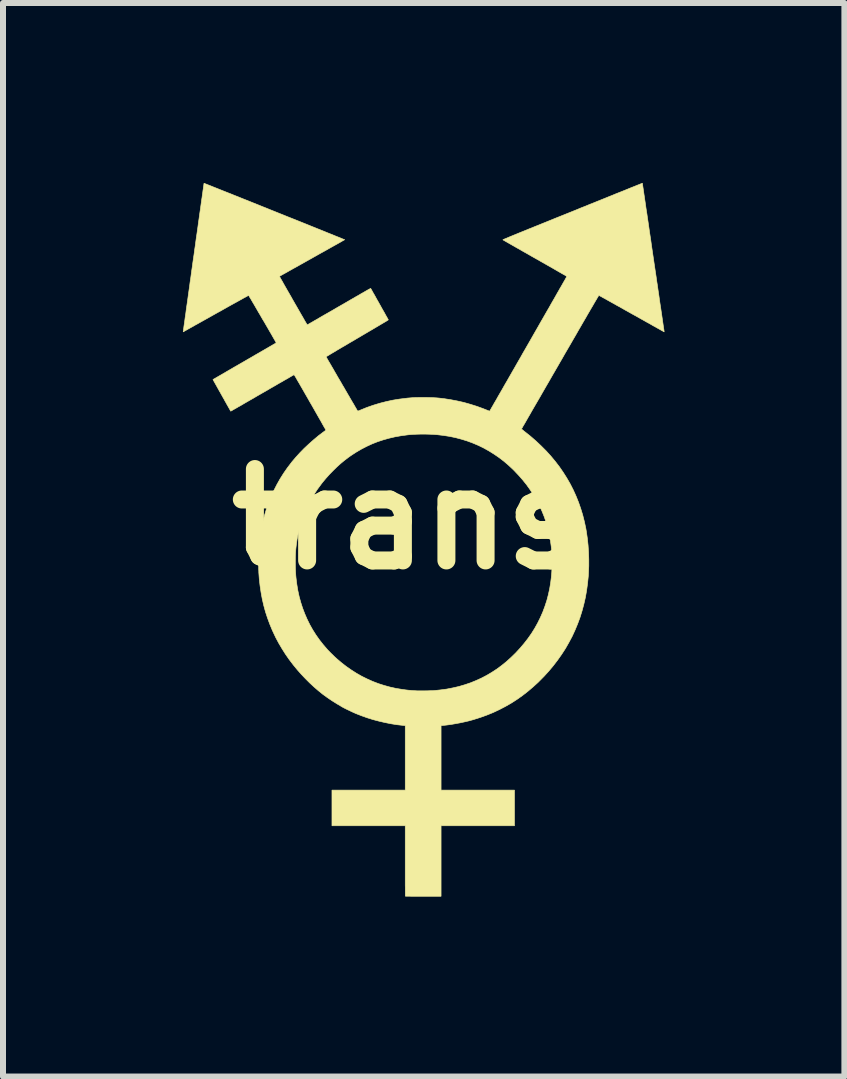
<source format=kicad_pcb>
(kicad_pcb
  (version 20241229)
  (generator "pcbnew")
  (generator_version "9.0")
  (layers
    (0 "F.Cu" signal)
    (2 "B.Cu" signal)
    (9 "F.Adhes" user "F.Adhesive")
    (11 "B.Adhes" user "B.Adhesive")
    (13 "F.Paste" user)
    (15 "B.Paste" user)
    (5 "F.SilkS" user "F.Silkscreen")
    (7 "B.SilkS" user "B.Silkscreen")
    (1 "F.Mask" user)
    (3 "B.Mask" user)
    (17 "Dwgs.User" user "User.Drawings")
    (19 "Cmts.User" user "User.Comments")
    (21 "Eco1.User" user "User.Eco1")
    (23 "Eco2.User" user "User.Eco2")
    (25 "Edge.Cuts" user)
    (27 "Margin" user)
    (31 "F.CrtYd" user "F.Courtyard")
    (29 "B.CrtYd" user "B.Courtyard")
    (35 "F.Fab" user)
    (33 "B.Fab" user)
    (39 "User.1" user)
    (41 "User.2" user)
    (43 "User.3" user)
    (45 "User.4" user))
  (footprint "trans"
    (layer "F.Cu")
    (at 3.74 5.605)
    (property "Reference" "trans" (at 0 0 0) (layer "F.SilkS") (effects (font (size 1.524 1.524) (thickness 0.3))))
    (attr through_hole)
    (fp_poly (pts (xy 3.921 -5.598) (xy 3.922 -5.59) (xy 3.924 -5.578) (xy 3.926 -5.562) (xy 3.929 -5.541) (xy 3.933 -5.516) (xy 3.937 -5.488) (xy 3.942 -5.455) (xy 3.947 -5.419) (xy 3.953 -5.38) (xy 3.959 -5.337) (xy 3.966 -5.291) (xy 3.973 -5.243) (xy 3.98 -5.192) (xy 3.988 -5.139) (xy 3.997 -5.083) (xy 4.005 -5.025) (xy 4.014 -4.966) (xy 4.023 -4.905) (xy 4.032 -4.842) (xy 4.041 -4.778) (xy 4.051 -4.713) (xy 4.061 -4.647) (xy 4.07 -4.58) (xy 4.08 -4.512) (xy 4.09 -4.444) (xy 4.1 -4.376) (xy 4.11 -4.308) (xy 4.12 -4.24) (xy 4.13 -4.173) (xy 4.14 -4.106) (xy 4.15 -4.04) (xy 4.159 -3.974) (xy 4.169 -3.91) (xy 4.178 -3.847) (xy 4.187 -3.786) (xy 4.196 -3.726) (xy 4.204 -3.668) (xy 4.212 -3.612) (xy 4.22 -3.559) (xy 4.228 -3.507) (xy 4.235 -3.459) (xy 4.242 -3.413) (xy 4.248 -3.37) (xy 4.254 -3.33) (xy 4.259 -3.293) (xy 4.264 -3.26) (xy 4.268 -3.231) (xy 4.272 -3.206) (xy 4.275 -3.184) (xy 4.278 -3.167) (xy 4.279 -3.16) (xy 4.284 -3.122) (xy 4.268 -3.13) (xy 4.265 -3.132) (xy 4.257 -3.137) (xy 4.245 -3.143) (xy 4.229 -3.152) (xy 4.21 -3.163) (xy 4.187 -3.176) (xy 4.161 -3.19) (xy 4.132 -3.207) (xy 4.1 -3.224) (xy 4.066 -3.244) (xy 4.029 -3.265) (xy 3.99 -3.286) (xy 3.948 -3.31) (xy 3.905 -3.334) (xy 3.861 -3.359) (xy 3.815 -3.385) (xy 3.767 -3.411) (xy 3.726 -3.434) (xy 3.678 -3.461) (xy 3.631 -3.487) (xy 3.586 -3.513) (xy 3.542 -3.538) (xy 3.499 -3.561) (xy 3.459 -3.584) (xy 3.421 -3.605) (xy 3.385 -3.625) (xy 3.351 -3.644) (xy 3.321 -3.661) (xy 3.293 -3.677) (xy 3.268 -3.69) (xy 3.247 -3.702) (xy 3.229 -3.712) (xy 3.214 -3.72) (xy 3.204 -3.726) (xy 3.198 -3.729) (xy 3.195 -3.73) (xy 3.194 -3.729) (xy 3.192 -3.725) (xy 3.188 -3.719) (xy 3.182 -3.71) (xy 3.175 -3.698) (xy 3.166 -3.683) (xy 3.156 -3.665) (xy 3.143 -3.644) (xy 3.129 -3.62) (xy 3.113 -3.593) (xy 3.096 -3.563) (xy 3.076 -3.529) (xy 3.054 -3.492) (xy 3.031 -3.452) (xy 3.005 -3.408) (xy 2.978 -3.36) (xy 2.948 -3.309) (xy 2.916 -3.254) (xy 2.882 -3.195) (xy 2.846 -3.133) (xy 2.808 -3.066) (xy 2.767 -2.996) (xy 2.724 -2.921) (xy 2.678 -2.842) (xy 2.63 -2.76) (xy 2.58 -2.672) (xy 2.549 -2.619) (xy 2.509 -2.549) (xy 2.469 -2.48) (xy 2.43 -2.413) (xy 2.392 -2.347) (xy 2.355 -2.282) (xy 2.318 -2.219) (xy 2.283 -2.158) (xy 2.249 -2.099) (xy 2.216 -2.041) (xy 2.184 -1.986) (xy 2.153 -1.933) (xy 2.124 -1.883) (xy 2.096 -1.835) (xy 2.07 -1.79) (xy 2.046 -1.747) (xy 2.023 -1.708) (xy 2.002 -1.671) (xy 1.983 -1.638) (xy 1.966 -1.608) (xy 1.951 -1.582) (xy 1.937 -1.559) (xy 1.926 -1.54) (xy 1.918 -1.524) (xy 1.911 -1.513) (xy 1.907 -1.506) (xy 1.906 -1.503) (xy 1.906 -1.503) (xy 1.907 -1.501) (xy 1.913 -1.496) (xy 1.921 -1.488) (xy 1.932 -1.48) (xy 1.944 -1.469) (xy 1.956 -1.46) (xy 2.053 -1.383) (xy 2.145 -1.303) (xy 2.232 -1.221) (xy 2.315 -1.138) (xy 2.394 -1.051) (xy 2.467 -0.963) (xy 2.537 -0.872) (xy 2.601 -0.779) (xy 2.661 -0.684) (xy 2.717 -0.587) (xy 2.768 -0.487) (xy 2.814 -0.385) (xy 2.856 -0.281) (xy 2.893 -0.175) (xy 2.926 -0.067) (xy 2.954 0.044) (xy 2.978 0.157) (xy 2.987 0.21) (xy 3.003 0.321) (xy 3.015 0.434) (xy 3.023 0.55) (xy 3.027 0.666) (xy 3.027 0.783) (xy 3.022 0.899) (xy 3.019 0.95) (xy 3.007 1.07) (xy 2.991 1.188) (xy 2.971 1.304) (xy 2.945 1.418) (xy 2.915 1.53) (xy 2.881 1.639) (xy 2.841 1.747) (xy 2.797 1.853) (xy 2.749 1.957) (xy 2.695 2.058) (xy 2.638 2.158) (xy 2.575 2.255) (xy 2.508 2.35) (xy 2.436 2.444) (xy 2.36 2.535) (xy 2.279 2.624) (xy 2.265 2.638) (xy 2.183 2.721) (xy 2.097 2.799) (xy 2.01 2.873) (xy 1.92 2.943) (xy 1.828 3.008) (xy 1.733 3.069) (xy 1.635 3.125) (xy 1.535 3.177) (xy 1.433 3.225) (xy 1.327 3.268) (xy 1.219 3.307) (xy 1.108 3.342) (xy 1.098 3.345) (xy 1.03 3.364) (xy 0.957 3.381) (xy 0.883 3.397) (xy 0.807 3.411) (xy 0.732 3.424) (xy 0.658 3.434) (xy 0.622 3.438) (xy 0.608 3.439) (xy 0.595 3.441) (xy 0.584 3.442) (xy 0.576 3.443) (xy 0.575 3.443) (xy 0.564 3.445) (xy 0.564 4.519) (xy 1.788 4.519) (xy 1.788 5.113) (xy 0.564 5.113) (xy 0.564 6.289) (xy 0.267 6.289) (xy 0.229 6.289) (xy 0.192 6.289) (xy 0.156 6.289) (xy 0.123 6.289) (xy 0.092 6.289) (xy 0.064 6.289) (xy 0.039 6.288) (xy 0.017 6.288) (xy -0.001 6.288) (xy -0.015 6.288) (xy -0.025 6.288) (xy -0.03 6.287) (xy -0.031 6.287) (xy -0.031 6.285) (xy -0.032 6.277) (xy -0.032 6.265) (xy -0.032 6.248) (xy -0.032 6.228) (xy -0.032 6.203) (xy -0.032 6.175) (xy -0.032 6.143) (xy -0.033 6.107) (xy -0.033 6.069) (xy -0.033 6.028) (xy -0.033 5.984) (xy -0.033 5.938) (xy -0.033 5.89) (xy -0.033 5.84) (xy -0.033 5.788) (xy -0.033 5.735) (xy -0.033 5.699) (xy -0.033 5.113) (xy -1.255 5.113) (xy -1.255 4.519) (xy -0.033 4.519) (xy -0.033 3.444) (xy -0.041 3.443) (xy -0.047 3.442) (xy -0.057 3.441) (xy -0.068 3.44) (xy -0.077 3.439) (xy -0.175 3.428) (xy -0.273 3.412) (xy -0.373 3.392) (xy -0.472 3.369) (xy -0.571 3.343) (xy -0.667 3.313) (xy -0.76 3.28) (xy -0.824 3.255) (xy -0.857 3.242) (xy -0.891 3.227) (xy -0.926 3.211) (xy -0.961 3.194) (xy -0.995 3.178) (xy -1.028 3.162) (xy -1.057 3.147) (xy -1.083 3.133) (xy -1.083 3.133) (xy -1.169 3.082) (xy -1.252 3.03) (xy -1.332 2.976) (xy -1.409 2.92) (xy -1.483 2.86) (xy -1.556 2.797) (xy -1.627 2.731) (xy -1.697 2.661) (xy -1.767 2.587) (xy -1.835 2.51) (xy -1.903 2.427) (xy -1.969 2.34) (xy -2.031 2.251) (xy -2.089 2.159) (xy -2.144 2.066) (xy -2.194 1.972) (xy -2.202 1.955) (xy -2.249 1.855) (xy -2.291 1.754) (xy -2.329 1.651) (xy -2.363 1.548) (xy -2.392 1.442) (xy -2.417 1.334) (xy -2.437 1.225) (xy -2.454 1.112) (xy -2.467 0.997) (xy -2.474 0.902) (xy -2.475 0.889) (xy -2.475 0.873) (xy -2.476 0.853) (xy -2.477 0.831) (xy -2.477 0.807) (xy -2.478 0.783) (xy -2.478 0.761) (xy -2.478 0.684) (xy -1.866 0.684) (xy -1.866 0.749) (xy -1.865 0.815) (xy -1.862 0.879) (xy -1.858 0.941) (xy -1.854 0.982) (xy -1.841 1.087) (xy -1.824 1.191) (xy -1.802 1.292) (xy -1.775 1.39) (xy -1.744 1.486) (xy -1.708 1.58) (xy -1.668 1.672) (xy -1.624 1.761) (xy -1.575 1.848) (xy -1.521 1.933) (xy -1.463 2.015) (xy -1.4 2.095) (xy -1.337 2.168) (xy -1.323 2.184) (xy -1.305 2.202) (xy -1.286 2.222) (xy -1.265 2.243) (xy -1.244 2.263) (xy -1.223 2.284) (xy -1.204 2.302) (xy -1.186 2.318) (xy -1.18 2.324) (xy -1.099 2.393) (xy -1.017 2.457) (xy -0.932 2.516) (xy -0.846 2.571) (xy -0.758 2.621) (xy -0.667 2.666) (xy -0.575 2.707) (xy -0.481 2.743) (xy -0.384 2.774) (xy -0.286 2.801) (xy -0.186 2.823) (xy -0.083 2.84) (xy -0.061 2.843) (xy -0.033 2.847) (xy -0.007 2.85) (xy 0.019 2.853) (xy 0.046 2.855) (xy 0.074 2.858) (xy 0.105 2.86) (xy 0.14 2.862) (xy 0.17 2.864) (xy 0.182 2.864) (xy 0.198 2.864) (xy 0.217 2.864) (xy 0.239 2.864) (xy 0.264 2.864) (xy 0.29 2.864) (xy 0.316 2.863) (xy 0.342 2.863) (xy 0.368 2.862) (xy 0.391 2.861) (xy 0.413 2.861) (xy 0.431 2.86) (xy 0.446 2.859) (xy 0.448 2.859) (xy 0.555 2.848) (xy 0.66 2.834) (xy 0.762 2.814) (xy 0.862 2.791) (xy 0.96 2.762) (xy 1.055 2.73) (xy 1.148 2.692) (xy 1.238 2.651) (xy 1.326 2.605) (xy 1.412 2.554) (xy 1.496 2.499) (xy 1.577 2.439) (xy 1.656 2.375) (xy 1.731 2.307) (xy 1.808 2.232) (xy 1.88 2.154) (xy 1.948 2.074) (xy 2.012 1.992) (xy 2.071 1.908) (xy 2.125 1.822) (xy 2.174 1.734) (xy 2.219 1.643) (xy 2.26 1.55) (xy 2.295 1.456) (xy 2.327 1.359) (xy 2.353 1.26) (xy 2.375 1.159) (xy 2.391 1.062) (xy 2.402 0.974) (xy 2.41 0.884) (xy 2.414 0.792) (xy 2.415 0.7) (xy 2.413 0.608) (xy 2.407 0.519) (xy 2.401 0.457) (xy 2.387 0.355) (xy 2.369 0.253) (xy 2.345 0.154) (xy 2.317 0.056) (xy 2.284 -0.04) (xy 2.246 -0.134) (xy 2.203 -0.226) (xy 2.156 -0.316) (xy 2.105 -0.405) (xy 2.048 -0.491) (xy 1.988 -0.575) (xy 1.922 -0.657) (xy 1.852 -0.736) (xy 1.778 -0.814) (xy 1.766 -0.826) (xy 1.691 -0.896) (xy 1.613 -0.963) (xy 1.532 -1.025) (xy 1.449 -1.082) (xy 1.364 -1.135) (xy 1.277 -1.184) (xy 1.187 -1.228) (xy 1.095 -1.267) (xy 1.001 -1.302) (xy 0.904 -1.332) (xy 0.806 -1.358) (xy 0.705 -1.379) (xy 0.602 -1.395) (xy 0.5 -1.407) (xy 0.436 -1.412) (xy 0.368 -1.415) (xy 0.299 -1.417) (xy 0.23 -1.417) (xy 0.161 -1.415) (xy 0.094 -1.412) (xy 0.03 -1.407) (xy -0.003 -1.403) (xy -0.106 -1.389) (xy -0.207 -1.371) (xy -0.305 -1.348) (xy -0.401 -1.321) (xy -0.495 -1.29) (xy -0.586 -1.254) (xy -0.675 -1.213) (xy -0.762 -1.168) (xy -0.848 -1.118) (xy -0.931 -1.064) (xy -0.984 -1.027) (xy -1.049 -0.977) (xy -1.113 -0.924) (xy -1.177 -0.866) (xy -1.239 -0.805) (xy -1.3 -0.742) (xy -1.358 -0.677) (xy -1.413 -0.611) (xy -1.435 -0.582) (xy -1.497 -0.498) (xy -1.553 -0.412) (xy -1.605 -0.325) (xy -1.652 -0.235) (xy -1.695 -0.145) (xy -1.733 -0.052) (xy -1.766 0.043) (xy -1.794 0.139) (xy -1.818 0.238) (xy -1.837 0.339) (xy -1.851 0.442) (xy -1.858 0.503) (xy -1.862 0.56) (xy -1.865 0.621) (xy -1.866 0.684) (xy -2.478 0.684) (xy -2.478 0.637) (xy -2.473 0.516) (xy -2.464 0.397) (xy -2.45 0.28) (xy -2.431 0.165) (xy -2.408 0.053) (xy -2.381 -0.057) (xy -2.349 -0.165) (xy -2.312 -0.27) (xy -2.271 -0.374) (xy -2.225 -0.475) (xy -2.175 -0.573) (xy -2.121 -0.669) (xy -2.062 -0.763) (xy -1.998 -0.855) (xy -1.93 -0.944) (xy -1.925 -0.951) (xy -1.86 -1.028) (xy -1.791 -1.104) (xy -1.718 -1.179) (xy -1.641 -1.251) (xy -1.562 -1.321) (xy -1.481 -1.389) (xy -1.398 -1.452) (xy -1.396 -1.453) (xy -1.384 -1.462) (xy -1.373 -1.47) (xy -1.365 -1.477) (xy -1.359 -1.482) (xy -1.357 -1.484) (xy -1.356 -1.484) (xy -1.358 -1.487) (xy -1.361 -1.493) (xy -1.367 -1.504) (xy -1.375 -1.518) (xy -1.386 -1.536) (xy -1.398 -1.558) (xy -1.412 -1.582) (xy -1.427 -1.61) (xy -1.444 -1.64) (xy -1.463 -1.673) (xy -1.483 -1.708) (xy -1.504 -1.745) (xy -1.527 -1.785) (xy -1.55 -1.826) (xy -1.574 -1.868) (xy -1.599 -1.912) (xy -1.62 -1.947) (xy -1.652 -2.004) (xy -1.682 -2.056) (xy -1.709 -2.103) (xy -1.734 -2.147) (xy -1.757 -2.187) (xy -1.778 -2.223) (xy -1.796 -2.255) (xy -1.813 -2.284) (xy -1.828 -2.309) (xy -1.841 -2.332) (xy -1.852 -2.351) (xy -1.861 -2.367) (xy -1.869 -2.38) (xy -1.876 -2.39) (xy -1.88 -2.398) (xy -1.884 -2.403) (xy -1.886 -2.406) (xy -1.887 -2.407) (xy -1.89 -2.406) (xy -1.896 -2.402) (xy -1.907 -2.396) (xy -1.922 -2.388) (xy -1.94 -2.377) (xy -1.961 -2.365) (xy -1.986 -2.35) (xy -2.014 -2.334) (xy -2.045 -2.317) (xy -2.078 -2.297) (xy -2.114 -2.277) (xy -2.153 -2.255) (xy -2.193 -2.231) (xy -2.235 -2.207) (xy -2.279 -2.182) (xy -2.324 -2.155) (xy -2.371 -2.128) (xy -2.417 -2.102) (xy -2.464 -2.075) (xy -2.511 -2.048) (xy -2.556 -2.021) (xy -2.6 -1.996) (xy -2.642 -1.972) (xy -2.682 -1.949) (xy -2.72 -1.927) (xy -2.755 -1.906) (xy -2.788 -1.887) (xy -2.819 -1.87) (xy -2.846 -1.854) (xy -2.871 -1.84) (xy -2.892 -1.828) (xy -2.91 -1.818) (xy -2.924 -1.809) (xy -2.934 -1.804) (xy -2.941 -1.8) (xy -2.943 -1.799) (xy -2.944 -1.801) (xy -2.948 -1.808) (xy -2.954 -1.818) (xy -2.961 -1.832) (xy -2.971 -1.849) (xy -2.982 -1.868) (xy -2.994 -1.89) (xy -3.008 -1.914) (xy -3.022 -1.94) (xy -3.038 -1.967) (xy -3.053 -1.996) (xy -3.07 -2.025) (xy -3.086 -2.054) (xy -3.103 -2.084) (xy -3.119 -2.113) (xy -3.136 -2.142) (xy -3.151 -2.17) (xy -3.166 -2.196) (xy -3.18 -2.222) (xy -3.193 -2.245) (xy -3.205 -2.266) (xy -3.215 -2.284) (xy -3.224 -2.3) (xy -3.231 -2.312) (xy -3.235 -2.321) (xy -3.238 -2.325) (xy -3.239 -2.326) (xy -3.236 -2.328) (xy -3.23 -2.332) (xy -3.22 -2.338) (xy -3.205 -2.346) (xy -3.187 -2.357) (xy -3.166 -2.369) (xy -3.142 -2.383) (xy -3.114 -2.399) (xy -3.083 -2.417) (xy -3.05 -2.436) (xy -3.015 -2.457) (xy -2.977 -2.479) (xy -2.937 -2.502) (xy -2.895 -2.527) (xy -2.851 -2.552) (xy -2.806 -2.578) (xy -2.759 -2.605) (xy -2.714 -2.631) (xy -2.666 -2.659) (xy -2.619 -2.686) (xy -2.574 -2.712) (xy -2.53 -2.738) (xy -2.488 -2.762) (xy -2.448 -2.785) (xy -2.41 -2.807) (xy -2.374 -2.828) (xy -2.341 -2.847) (xy -2.31 -2.865) (xy -2.283 -2.881) (xy -2.258 -2.895) (xy -2.237 -2.908) (xy -2.219 -2.918) (xy -2.205 -2.926) (xy -2.194 -2.932) (xy -2.188 -2.936) (xy -2.186 -2.937) (xy -2.186 -2.939) (xy -2.187 -2.941) (xy -2.189 -2.946) (xy -2.192 -2.952) (xy -2.197 -2.961) (xy -2.202 -2.972) (xy -2.21 -2.985) (xy -2.219 -3.001) (xy -2.23 -3.02) (xy -2.242 -3.041) (xy -2.256 -3.066) (xy -2.272 -3.094) (xy -2.291 -3.126) (xy -2.311 -3.161) (xy -2.333 -3.199) (xy -2.358 -3.242) (xy -2.385 -3.289) (xy -2.412 -3.333) (xy -2.436 -3.375) (xy -2.459 -3.415) (xy -2.482 -3.453) (xy -2.503 -3.49) (xy -2.524 -3.526) (xy -2.543 -3.559) (xy -2.561 -3.59) (xy -2.578 -3.618) (xy -2.593 -3.644) (xy -2.606 -3.667) (xy -2.618 -3.686) (xy -2.628 -3.702) (xy -2.635 -3.715) (xy -2.64 -3.724) (xy -2.643 -3.728) (xy -2.644 -3.729) (xy -2.646 -3.729) (xy -2.651 -3.726) (xy -2.66 -3.722) (xy -2.672 -3.715) (xy -2.687 -3.707) (xy -2.707 -3.696) (xy -2.73 -3.684) (xy -2.756 -3.669) (xy -2.787 -3.652) (xy -2.821 -3.633) (xy -2.859 -3.612) (xy -2.901 -3.589) (xy -2.948 -3.563) (xy -2.998 -3.535) (xy -3.053 -3.504) (xy -3.111 -3.471) (xy -3.175 -3.436) (xy -3.191 -3.427) (xy -3.239 -3.4) (xy -3.287 -3.373) (xy -3.333 -3.347) (xy -3.378 -3.322) (xy -3.421 -3.298) (xy -3.462 -3.275) (xy -3.501 -3.253) (xy -3.538 -3.233) (xy -3.572 -3.213) (xy -3.603 -3.196) (xy -3.632 -3.18) (xy -3.657 -3.166) (xy -3.679 -3.153) (xy -3.698 -3.143) (xy -3.713 -3.134) (xy -3.725 -3.128) (xy -3.732 -3.124) (xy -3.735 -3.122) (xy -3.735 -3.122) (xy -3.735 -3.125) (xy -3.734 -3.132) (xy -3.732 -3.144) (xy -3.73 -3.161) (xy -3.727 -3.182) (xy -3.724 -3.207) (xy -3.72 -3.235) (xy -3.715 -3.268) (xy -3.71 -3.304) (xy -3.705 -3.344) (xy -3.699 -3.386) (xy -3.692 -3.432) (xy -3.686 -3.48) (xy -3.679 -3.531) (xy -3.671 -3.585) (xy -3.663 -3.641) (xy -3.655 -3.699) (xy -3.647 -3.758) (xy -3.638 -3.82) (xy -3.629 -3.883) (xy -3.621 -3.947) (xy -3.611 -4.012) (xy -3.602 -4.079) (xy -3.593 -4.146) (xy -3.583 -4.214) (xy -3.574 -4.282) (xy -3.564 -4.35) (xy -3.554 -4.418) (xy -3.545 -4.487) (xy -3.535 -4.554) (xy -3.526 -4.622) (xy -3.517 -4.688) (xy -3.507 -4.754) (xy -3.498 -4.819) (xy -3.489 -4.882) (xy -3.481 -4.944) (xy -3.472 -5.004) (xy -3.464 -5.063) (xy -3.456 -5.119) (xy -3.448 -5.173) (xy -3.441 -5.225) (xy -3.434 -5.275) (xy -3.428 -5.321) (xy -3.421 -5.365) (xy -3.416 -5.405) (xy -3.41 -5.443) (xy -3.406 -5.476) (xy -3.401 -5.506) (xy -3.398 -5.533) (xy -3.394 -5.555) (xy -3.392 -5.573) (xy -3.39 -5.586) (xy -3.389 -5.595) (xy -3.388 -5.599) (xy -3.388 -5.599) (xy -3.385 -5.599) (xy -3.379 -5.596) (xy -3.367 -5.591) (xy -3.351 -5.585) (xy -3.332 -5.577) (xy -3.308 -5.568) (xy -3.28 -5.557) (xy -3.248 -5.544) (xy -3.213 -5.53) (xy -3.175 -5.515) (xy -3.133 -5.498) (xy -3.088 -5.48) (xy -3.04 -5.461) (xy -2.99 -5.441) (xy -2.936 -5.42) (xy -2.88 -5.397) (xy -2.821 -5.374) (xy -2.76 -5.349) (xy -2.697 -5.324) (xy -2.632 -5.298) (xy -2.565 -5.271) (xy -2.497 -5.244) (xy -2.426 -5.215) (xy -2.355 -5.187) (xy -2.282 -5.157) (xy -2.214 -5.13) (xy -2.14 -5.1) (xy -2.067 -5.071) (xy -1.996 -5.042) (xy -1.925 -5.014) (xy -1.857 -4.987) (xy -1.79 -4.96) (xy -1.725 -4.934) (xy -1.663 -4.909) (xy -1.602 -4.884) (xy -1.544 -4.861) (xy -1.488 -4.838) (xy -1.435 -4.817) (xy -1.385 -4.797) (xy -1.337 -4.777) (xy -1.292 -4.759) (xy -1.251 -4.743) (xy -1.213 -4.727) (xy -1.179 -4.713) (xy -1.148 -4.701) (xy -1.12 -4.69) (xy -1.097 -4.68) (xy -1.078 -4.672) (xy -1.063 -4.666) (xy -1.052 -4.662) (xy -1.045 -4.659) (xy -1.043 -4.658) (xy -1.046 -4.657) (xy -1.052 -4.653) (xy -1.063 -4.647) (xy -1.078 -4.639) (xy -1.096 -4.628) (xy -1.117 -4.616) (xy -1.142 -4.602) (xy -1.17 -4.586) (xy -1.201 -4.569) (xy -1.235 -4.55) (xy -1.271 -4.53) (xy -1.31 -4.508) (xy -1.35 -4.485) (xy -1.393 -4.461) (xy -1.437 -4.437) (xy -1.483 -4.411) (xy -1.531 -4.384) (xy -1.579 -4.357) (xy -1.587 -4.352) (xy -1.636 -4.325) (xy -1.684 -4.298) (xy -1.73 -4.272) (xy -1.775 -4.247) (xy -1.817 -4.223) (xy -1.858 -4.2) (xy -1.897 -4.179) (xy -1.934 -4.158) (xy -1.968 -4.139) (xy -1.999 -4.121) (xy -2.028 -4.105) (xy -2.053 -4.091) (xy -2.075 -4.079) (xy -2.094 -4.068) (xy -2.109 -4.06) (xy -2.12 -4.053) (xy -2.128 -4.049) (xy -2.131 -4.047) (xy -2.131 -4.047) (xy -2.13 -4.045) (xy -2.126 -4.039) (xy -2.12 -4.028) (xy -2.113 -4.015) (xy -2.103 -3.997) (xy -2.091 -3.977) (xy -2.078 -3.954) (xy -2.064 -3.928) (xy -2.048 -3.9) (xy -2.031 -3.87) (xy -2.013 -3.839) (xy -1.994 -3.805) (xy -1.974 -3.771) (xy -1.954 -3.736) (xy -1.933 -3.7) (xy -1.913 -3.663) (xy -1.892 -3.627) (xy -1.871 -3.59) (xy -1.85 -3.554) (xy -1.83 -3.519) (xy -1.81 -3.484) (xy -1.791 -3.451) (xy -1.773 -3.419) (xy -1.755 -3.389) (xy -1.739 -3.361) (xy -1.724 -3.335) (xy -1.711 -3.311) (xy -1.699 -3.291) (xy -1.688 -3.273) (xy -1.68 -3.259) (xy -1.674 -3.248) (xy -1.67 -3.241) (xy -1.668 -3.239) (xy -1.668 -3.239) (xy -1.667 -3.239) (xy -1.663 -3.241) (xy -1.658 -3.244) (xy -1.65 -3.248) (xy -1.64 -3.254) (xy -1.627 -3.261) (xy -1.612 -3.27) (xy -1.594 -3.28) (xy -1.573 -3.292) (xy -1.55 -3.306) (xy -1.523 -3.321) (xy -1.493 -3.338) (xy -1.46 -3.358) (xy -1.424 -3.379) (xy -1.384 -3.402) (xy -1.34 -3.427) (xy -1.293 -3.454) (xy -1.242 -3.483) (xy -1.188 -3.515) (xy -1.129 -3.549) (xy -1.066 -3.585) (xy -0.999 -3.624) (xy -0.939 -3.659) (xy -0.911 -3.675) (xy -0.881 -3.692) (xy -0.851 -3.71) (xy -0.82 -3.727) (xy -0.791 -3.744) (xy -0.763 -3.761) (xy -0.737 -3.775) (xy -0.715 -3.788) (xy -0.706 -3.793) (xy -0.686 -3.805) (xy -0.668 -3.815) (xy -0.651 -3.825) (xy -0.636 -3.833) (xy -0.624 -3.839) (xy -0.616 -3.844) (xy -0.611 -3.846) (xy -0.61 -3.846) (xy -0.608 -3.844) (xy -0.604 -3.837) (xy -0.598 -3.827) (xy -0.59 -3.813) (xy -0.581 -3.796) (xy -0.57 -3.776) (xy -0.557 -3.754) (xy -0.543 -3.73) (xy -0.529 -3.704) (xy -0.514 -3.677) (xy -0.498 -3.648) (xy -0.481 -3.619) (xy -0.465 -3.59) (xy -0.448 -3.56) (xy -0.432 -3.531) (xy -0.416 -3.502) (xy -0.4 -3.474) (xy -0.385 -3.448) (xy -0.371 -3.423) (xy -0.359 -3.4) (xy -0.347 -3.38) (xy -0.337 -3.362) (xy -0.329 -3.347) (xy -0.322 -3.335) (xy -0.318 -3.327) (xy -0.316 -3.323) (xy -0.316 -3.322) (xy -0.317 -3.321) (xy -0.32 -3.319) (xy -0.326 -3.315) (xy -0.335 -3.309) (xy -0.346 -3.302) (xy -0.361 -3.293) (xy -0.378 -3.283) (xy -0.398 -3.271) (xy -0.422 -3.257) (xy -0.449 -3.241) (xy -0.479 -3.223) (xy -0.513 -3.203) (xy -0.55 -3.181) (xy -0.592 -3.156) (xy -0.637 -3.13) (xy -0.686 -3.101) (xy -0.739 -3.07) (xy -0.796 -3.036) (xy -0.834 -3.014) (xy -0.894 -2.978) (xy -0.95 -2.946) (xy -1.002 -2.915) (xy -1.049 -2.887) (xy -1.093 -2.862) (xy -1.133 -2.838) (xy -1.169 -2.817) (xy -1.201 -2.797) (xy -1.23 -2.78) (xy -1.256 -2.765) (xy -1.278 -2.752) (xy -1.297 -2.74) (xy -1.313 -2.73) (xy -1.327 -2.722) (xy -1.337 -2.716) (xy -1.345 -2.711) (xy -1.349 -2.708) (xy -1.352 -2.706) (xy -1.352 -2.705) (xy -1.351 -2.702) (xy -1.347 -2.696) (xy -1.341 -2.685) (xy -1.333 -2.671) (xy -1.323 -2.653) (xy -1.311 -2.632) (xy -1.297 -2.609) (xy -1.282 -2.583) (xy -1.265 -2.554) (xy -1.247 -2.523) (xy -1.228 -2.491) (xy -1.209 -2.456) (xy -1.188 -2.421) (xy -1.167 -2.384) (xy -1.145 -2.346) (xy -1.122 -2.308) (xy -1.1 -2.27) (xy -1.078 -2.231) (xy -1.055 -2.193) (xy -1.033 -2.154) (xy -1.011 -2.117) (xy -0.99 -2.08) (xy -0.969 -2.045) (xy -0.95 -2.011) (xy -0.931 -1.979) (xy -0.913 -1.948) (xy -0.896 -1.92) (xy -0.881 -1.894) (xy -0.868 -1.871) (xy -0.856 -1.851) (xy -0.846 -1.833) (xy -0.838 -1.82) (xy -0.832 -1.81) (xy -0.828 -1.804) (xy -0.827 -1.802) (xy -0.825 -1.801) (xy -0.82 -1.802) (xy -0.812 -1.805) (xy -0.801 -1.809) (xy -0.786 -1.815) (xy -0.777 -1.819) (xy -0.674 -1.861) (xy -0.568 -1.898) (xy -0.46 -1.931) (xy -0.351 -1.959) (xy -0.24 -1.983) (xy -0.128 -2.001) (xy -0.015 -2.015) (xy 0.01 -2.018) (xy 0.037 -2.02) (xy 0.061 -2.022) (xy 0.083 -2.024) (xy 0.104 -2.025) (xy 0.125 -2.026) (xy 0.147 -2.027) (xy 0.171 -2.027) (xy 0.197 -2.028) (xy 0.226 -2.028) (xy 0.259 -2.028) (xy 0.264 -2.028) (xy 0.309 -2.028) (xy 0.351 -2.027) (xy 0.388 -2.026) (xy 0.424 -2.025) (xy 0.458 -2.023) (xy 0.492 -2.021) (xy 0.527 -2.018) (xy 0.562 -2.014) (xy 0.601 -2.009) (xy 0.613 -2.008) (xy 0.723 -1.991) (xy 0.833 -1.97) (xy 0.944 -1.945) (xy 1.053 -1.914) (xy 1.161 -1.88) (xy 1.268 -1.841) (xy 1.333 -1.815) (xy 1.347 -1.81) (xy 1.358 -1.805) (xy 1.367 -1.802) (xy 1.373 -1.8) (xy 1.375 -1.8) (xy 1.376 -1.803) (xy 1.38 -1.809) (xy 1.386 -1.82) (xy 1.395 -1.835) (xy 1.405 -1.853) (xy 1.418 -1.875) (xy 1.433 -1.901) (xy 1.449 -1.93) (xy 1.468 -1.962) (xy 1.488 -1.996) (xy 1.509 -2.034) (xy 1.532 -2.074) (xy 1.557 -2.117) (xy 1.583 -2.162) (xy 1.61 -2.21) (xy 1.638 -2.259) (xy 1.668 -2.31) (xy 1.698 -2.363) (xy 1.729 -2.417) (xy 1.761 -2.473) (xy 1.794 -2.53) (xy 1.827 -2.588) (xy 1.861 -2.647) (xy 1.895 -2.706) (xy 1.929 -2.767) (xy 1.964 -2.827) (xy 1.999 -2.888) (xy 2.034 -2.949) (xy 2.069 -3.01) (xy 2.103 -3.07) (xy 2.138 -3.131) (xy 2.172 -3.19) (xy 2.206 -3.25) (xy 2.239 -3.308) (xy 2.272 -3.365) (xy 2.304 -3.421) (xy 2.335 -3.475) (xy 2.366 -3.528) (xy 2.395 -3.58) (xy 2.423 -3.629) (xy 2.451 -3.677) (xy 2.477 -3.723) (xy 2.501 -3.766) (xy 2.525 -3.807) (xy 2.546 -3.845) (xy 2.567 -3.88) (xy 2.585 -3.912) (xy 2.602 -3.942) (xy 2.617 -3.968) (xy 2.63 -3.99) (xy 2.64 -4.009) (xy 2.649 -4.025) (xy 2.655 -4.036) (xy 2.66 -4.043) (xy 2.661 -4.047) (xy 2.661 -4.047) (xy 2.659 -4.048) (xy 2.653 -4.052) (xy 2.642 -4.058) (xy 2.628 -4.067) (xy 2.61 -4.077) (xy 2.588 -4.089) (xy 2.564 -4.103) (xy 2.536 -4.119) (xy 2.505 -4.137) (xy 2.472 -4.156) (xy 2.436 -4.177) (xy 2.398 -4.199) (xy 2.357 -4.222) (xy 2.315 -4.246) (xy 2.271 -4.271) (xy 2.225 -4.297) (xy 2.178 -4.324) (xy 2.13 -4.351) (xy 2.13 -4.351) (xy 2.082 -4.378) (xy 2.035 -4.405) (xy 1.99 -4.431) (xy 1.945 -4.456) (xy 1.903 -4.48) (xy 1.862 -4.504) (xy 1.824 -4.525) (xy 1.788 -4.546) (xy 1.754 -4.565) (xy 1.723 -4.583) (xy 1.695 -4.599) (xy 1.67 -4.613) (xy 1.648 -4.626) (xy 1.63 -4.636) (xy 1.615 -4.645) (xy 1.604 -4.651) (xy 1.598 -4.655) (xy 1.595 -4.656) (xy 1.595 -4.657) (xy 1.596 -4.657) (xy 1.597 -4.658) (xy 1.6 -4.66) (xy 1.603 -4.661) (xy 1.608 -4.664) (xy 1.614 -4.666) (xy 1.621 -4.67) (xy 1.63 -4.673) (xy 1.641 -4.678) (xy 1.654 -4.683) (xy 1.668 -4.689) (xy 1.684 -4.696) (xy 1.703 -4.704) (xy 1.724 -4.713) (xy 1.747 -4.722) (xy 1.773 -4.733) (xy 1.801 -4.744) (xy 1.832 -4.757) (xy 1.866 -4.771) (xy 1.903 -4.786) (xy 1.943 -4.802) (xy 1.987 -4.82) (xy 2.033 -4.839) (xy 2.084 -4.859) (xy 2.137 -4.881) (xy 2.195 -4.904) (xy 2.256 -4.929) (xy 2.321 -4.955) (xy 2.39 -4.983) (xy 2.463 -5.013) (xy 2.541 -5.044) (xy 2.623 -5.077) (xy 2.71 -5.112) (xy 2.755 -5.13) (xy 2.829 -5.16) (xy 2.901 -5.19) (xy 2.973 -5.218) (xy 3.042 -5.247) (xy 3.111 -5.274) (xy 3.177 -5.301) (xy 3.242 -5.327) (xy 3.304 -5.352) (xy 3.365 -5.377) (xy 3.423 -5.4) (xy 3.478 -5.423) (xy 3.531 -5.444) (xy 3.582 -5.464) (xy 3.629 -5.483) (xy 3.673 -5.501) (xy 3.714 -5.518) (xy 3.752 -5.533) (xy 3.787 -5.547) (xy 3.817 -5.559) (xy 3.844 -5.57) (xy 3.868 -5.579) (xy 3.887 -5.587) (xy 3.902 -5.593) (xy 3.912 -5.597) (xy 3.919 -5.6) (xy 3.92 -5.6) (xy 3.921 -5.598)) (stroke (width 0.01) (type solid)) (fill yes) (layer "F.SilkS")))
  (gr_rect
    (start -3 -3)
    (end 11.029 14.899)
    (stroke (width 0.1) (type default))
    (fill no)
    (layer "Edge.Cuts")))
</source>
